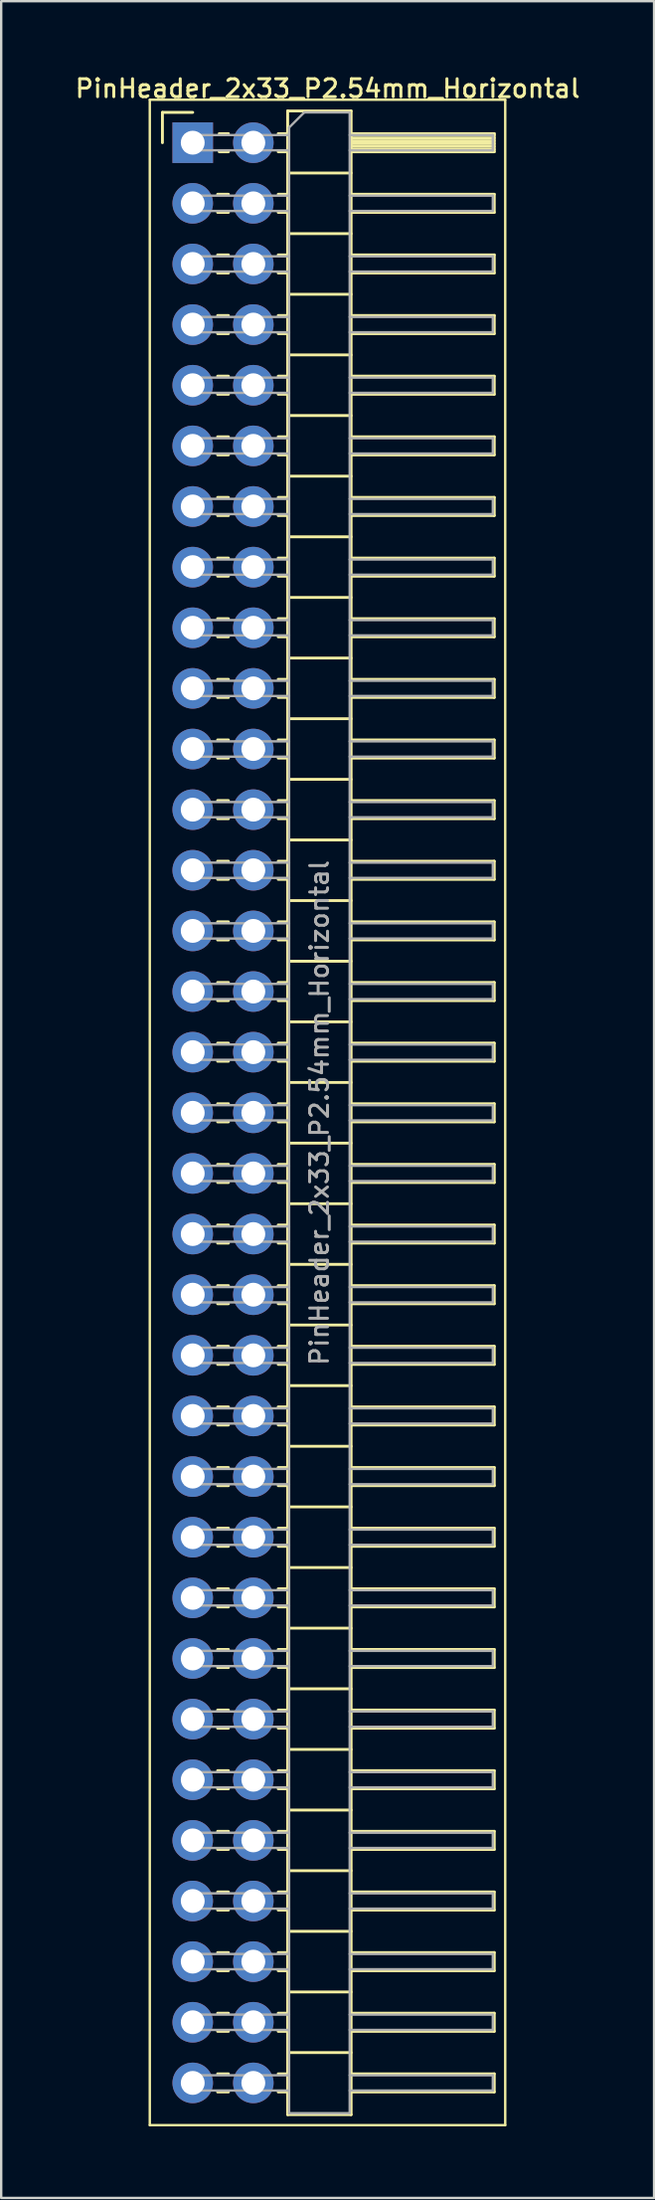
<source format=kicad_pcb>
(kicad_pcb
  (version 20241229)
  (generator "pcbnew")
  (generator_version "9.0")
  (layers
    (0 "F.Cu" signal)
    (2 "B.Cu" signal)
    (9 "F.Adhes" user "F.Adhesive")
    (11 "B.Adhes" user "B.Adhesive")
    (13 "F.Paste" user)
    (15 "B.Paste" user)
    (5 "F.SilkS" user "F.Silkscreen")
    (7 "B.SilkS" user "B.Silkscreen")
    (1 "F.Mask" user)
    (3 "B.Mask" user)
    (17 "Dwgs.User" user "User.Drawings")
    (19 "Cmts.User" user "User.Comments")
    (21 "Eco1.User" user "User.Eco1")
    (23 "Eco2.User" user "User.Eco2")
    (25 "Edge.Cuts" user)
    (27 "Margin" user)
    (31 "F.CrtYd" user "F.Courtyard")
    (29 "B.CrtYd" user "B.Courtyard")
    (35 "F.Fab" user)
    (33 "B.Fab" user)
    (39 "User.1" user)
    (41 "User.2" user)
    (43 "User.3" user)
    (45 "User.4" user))
  (footprint "PinHeader_2x33_P2.54mm_Horizontal"
    (layer "F.Cu")
    (at 5.029 2.928)
    (property "Reference" "PinHeader_2x33_P2.54mm_Horizontal" (at 5.655 -2.27 0) (layer "F.SilkS") (effects (font (size 0.75 0.75) (thickness 0.125))))
    (attr through_hole)
    (fp_line (start -1.8 -1.8) (end -1.8 83.05) (stroke (width 0.1) (type solid)) (layer "F.SilkS"))
    (fp_line (start -1.8 83.05) (end 13.1 83.05) (stroke (width 0.1) (type solid)) (layer "F.SilkS"))
    (fp_line (start -1.27 -1.27) (end 0 -1.27) (stroke (width 0.12) (type solid)) (layer "F.SilkS"))
    (fp_line (start -1.27 0) (end -1.27 -1.27) (stroke (width 0.12) (type solid)) (layer "F.SilkS"))
    (fp_line (start 1.043 2.16) (end 1.497 2.16) (stroke (width 0.12) (type solid)) (layer "F.SilkS"))
    (fp_line (start 1.043 2.92) (end 1.497 2.92) (stroke (width 0.12) (type solid)) (layer "F.SilkS"))
    (fp_line (start 1.043 4.7) (end 1.497 4.7) (stroke (width 0.12) (type solid)) (layer "F.SilkS"))
    (fp_line (start 1.043 5.46) (end 1.497 5.46) (stroke (width 0.12) (type solid)) (layer "F.SilkS"))
    (fp_line (start 1.043 7.24) (end 1.497 7.24) (stroke (width 0.12) (type solid)) (layer "F.SilkS"))
    (fp_line (start 1.043 8) (end 1.497 8) (stroke (width 0.12) (type solid)) (layer "F.SilkS"))
    (fp_line (start 1.043 9.78) (end 1.497 9.78) (stroke (width 0.12) (type solid)) (layer "F.SilkS"))
    (fp_line (start 1.043 10.54) (end 1.497 10.54) (stroke (width 0.12) (type solid)) (layer "F.SilkS"))
    (fp_line (start 1.043 12.32) (end 1.497 12.32) (stroke (width 0.12) (type solid)) (layer "F.SilkS"))
    (fp_line (start 1.043 13.08) (end 1.497 13.08) (stroke (width 0.12) (type solid)) (layer "F.SilkS"))
    (fp_line (start 1.043 14.86) (end 1.497 14.86) (stroke (width 0.12) (type solid)) (layer "F.SilkS"))
    (fp_line (start 1.043 15.62) (end 1.497 15.62) (stroke (width 0.12) (type solid)) (layer "F.SilkS"))
    (fp_line (start 1.043 17.4) (end 1.497 17.4) (stroke (width 0.12) (type solid)) (layer "F.SilkS"))
    (fp_line (start 1.043 18.16) (end 1.497 18.16) (stroke (width 0.12) (type solid)) (layer "F.SilkS"))
    (fp_line (start 1.043 19.94) (end 1.497 19.94) (stroke (width 0.12) (type solid)) (layer "F.SilkS"))
    (fp_line (start 1.043 20.7) (end 1.497 20.7) (stroke (width 0.12) (type solid)) (layer "F.SilkS"))
    (fp_line (start 1.043 22.48) (end 1.497 22.48) (stroke (width 0.12) (type solid)) (layer "F.SilkS"))
    (fp_line (start 1.043 23.24) (end 1.497 23.24) (stroke (width 0.12) (type solid)) (layer "F.SilkS"))
    (fp_line (start 1.043 25.02) (end 1.497 25.02) (stroke (width 0.12) (type solid)) (layer "F.SilkS"))
    (fp_line (start 1.043 25.78) (end 1.497 25.78) (stroke (width 0.12) (type solid)) (layer "F.SilkS"))
    (fp_line (start 1.043 27.56) (end 1.497 27.56) (stroke (width 0.12) (type solid)) (layer "F.SilkS"))
    (fp_line (start 1.043 28.32) (end 1.497 28.32) (stroke (width 0.12) (type solid)) (layer "F.SilkS"))
    (fp_line (start 1.043 30.1) (end 1.497 30.1) (stroke (width 0.12) (type solid)) (layer "F.SilkS"))
    (fp_line (start 1.043 30.86) (end 1.497 30.86) (stroke (width 0.12) (type solid)) (layer "F.SilkS"))
    (fp_line (start 1.043 32.64) (end 1.497 32.64) (stroke (width 0.12) (type solid)) (layer "F.SilkS"))
    (fp_line (start 1.043 33.4) (end 1.497 33.4) (stroke (width 0.12) (type solid)) (layer "F.SilkS"))
    (fp_line (start 1.043 35.18) (end 1.497 35.18) (stroke (width 0.12) (type solid)) (layer "F.SilkS"))
    (fp_line (start 1.043 35.94) (end 1.497 35.94) (stroke (width 0.12) (type solid)) (layer "F.SilkS"))
    (fp_line (start 1.043 37.72) (end 1.497 37.72) (stroke (width 0.12) (type solid)) (layer "F.SilkS"))
    (fp_line (start 1.043 38.48) (end 1.497 38.48) (stroke (width 0.12) (type solid)) (layer "F.SilkS"))
    (fp_line (start 1.043 40.26) (end 1.497 40.26) (stroke (width 0.12) (type solid)) (layer "F.SilkS"))
    (fp_line (start 1.043 41.02) (end 1.497 41.02) (stroke (width 0.12) (type solid)) (layer "F.SilkS"))
    (fp_line (start 1.043 42.8) (end 1.497 42.8) (stroke (width 0.12) (type solid)) (layer "F.SilkS"))
    (fp_line (start 1.043 43.56) (end 1.497 43.56) (stroke (width 0.12) (type solid)) (layer "F.SilkS"))
    (fp_line (start 1.043 45.34) (end 1.497 45.34) (stroke (width 0.12) (type solid)) (layer "F.SilkS"))
    (fp_line (start 1.043 46.1) (end 1.497 46.1) (stroke (width 0.12) (type solid)) (layer "F.SilkS"))
    (fp_line (start 1.043 47.88) (end 1.497 47.88) (stroke (width 0.12) (type solid)) (layer "F.SilkS"))
    (fp_line (start 1.043 48.64) (end 1.497 48.64) (stroke (width 0.12) (type solid)) (layer "F.SilkS"))
    (fp_line (start 1.043 50.42) (end 1.497 50.42) (stroke (width 0.12) (type solid)) (layer "F.SilkS"))
    (fp_line (start 1.043 51.18) (end 1.497 51.18) (stroke (width 0.12) (type solid)) (layer "F.SilkS"))
    (fp_line (start 1.043 52.96) (end 1.497 52.96) (stroke (width 0.12) (type solid)) (layer "F.SilkS"))
    (fp_line (start 1.043 53.72) (end 1.497 53.72) (stroke (width 0.12) (type solid)) (layer "F.SilkS"))
    (fp_line (start 1.043 55.5) (end 1.497 55.5) (stroke (width 0.12) (type solid)) (layer "F.SilkS"))
    (fp_line (start 1.043 56.26) (end 1.497 56.26) (stroke (width 0.12) (type solid)) (layer "F.SilkS"))
    (fp_line (start 1.043 58.04) (end 1.497 58.04) (stroke (width 0.12) (type solid)) (layer "F.SilkS"))
    (fp_line (start 1.043 58.8) (end 1.497 58.8) (stroke (width 0.12) (type solid)) (layer "F.SilkS"))
    (fp_line (start 1.043 60.58) (end 1.497 60.58) (stroke (width 0.12) (type solid)) (layer "F.SilkS"))
    (fp_line (start 1.043 61.34) (end 1.497 61.34) (stroke (width 0.12) (type solid)) (layer "F.SilkS"))
    (fp_line (start 1.043 63.12) (end 1.497 63.12) (stroke (width 0.12) (type solid)) (layer "F.SilkS"))
    (fp_line (start 1.043 63.88) (end 1.497 63.88) (stroke (width 0.12) (type solid)) (layer "F.SilkS"))
    (fp_line (start 1.043 65.66) (end 1.497 65.66) (stroke (width 0.12) (type solid)) (layer "F.SilkS"))
    (fp_line (start 1.043 66.42) (end 1.497 66.42) (stroke (width 0.12) (type solid)) (layer "F.SilkS"))
    (fp_line (start 1.043 68.2) (end 1.497 68.2) (stroke (width 0.12) (type solid)) (layer "F.SilkS"))
    (fp_line (start 1.043 68.96) (end 1.497 68.96) (stroke (width 0.12) (type solid)) (layer "F.SilkS"))
    (fp_line (start 1.043 70.74) (end 1.497 70.74) (stroke (width 0.12) (type solid)) (layer "F.SilkS"))
    (fp_line (start 1.043 71.5) (end 1.497 71.5) (stroke (width 0.12) (type solid)) (layer "F.SilkS"))
    (fp_line (start 1.043 73.28) (end 1.497 73.28) (stroke (width 0.12) (type solid)) (layer "F.SilkS"))
    (fp_line (start 1.043 74.04) (end 1.497 74.04) (stroke (width 0.12) (type solid)) (layer "F.SilkS"))
    (fp_line (start 1.043 75.82) (end 1.497 75.82) (stroke (width 0.12) (type solid)) (layer "F.SilkS"))
    (fp_line (start 1.043 76.58) (end 1.497 76.58) (stroke (width 0.12) (type solid)) (layer "F.SilkS"))
    (fp_line (start 1.043 78.36) (end 1.497 78.36) (stroke (width 0.12) (type solid)) (layer "F.SilkS"))
    (fp_line (start 1.043 79.12) (end 1.497 79.12) (stroke (width 0.12) (type solid)) (layer "F.SilkS"))
    (fp_line (start 1.043 80.9) (end 1.497 80.9) (stroke (width 0.12) (type solid)) (layer "F.SilkS"))
    (fp_line (start 1.043 81.66) (end 1.497 81.66) (stroke (width 0.12) (type solid)) (layer "F.SilkS"))
    (fp_line (start 1.11 -0.38) (end 1.497 -0.38) (stroke (width 0.12) (type solid)) (layer "F.SilkS"))
    (fp_line (start 1.11 0.38) (end 1.497 0.38) (stroke (width 0.12) (type solid)) (layer "F.SilkS"))
    (fp_line (start 3.583 -0.38) (end 3.98 -0.38) (stroke (width 0.12) (type solid)) (layer "F.SilkS"))
    (fp_line (start 3.583 0.38) (end 3.98 0.38) (stroke (width 0.12) (type solid)) (layer "F.SilkS"))
    (fp_line (start 3.583 2.16) (end 3.98 2.16) (stroke (width 0.12) (type solid)) (layer "F.SilkS"))
    (fp_line (start 3.583 2.92) (end 3.98 2.92) (stroke (width 0.12) (type solid)) (layer "F.SilkS"))
    (fp_line (start 3.583 4.7) (end 3.98 4.7) (stroke (width 0.12) (type solid)) (layer "F.SilkS"))
    (fp_line (start 3.583 5.46) (end 3.98 5.46) (stroke (width 0.12) (type solid)) (layer "F.SilkS"))
    (fp_line (start 3.583 7.24) (end 3.98 7.24) (stroke (width 0.12) (type solid)) (layer "F.SilkS"))
    (fp_line (start 3.583 8) (end 3.98 8) (stroke (width 0.12) (type solid)) (layer "F.SilkS"))
    (fp_line (start 3.583 9.78) (end 3.98 9.78) (stroke (width 0.12) (type solid)) (layer "F.SilkS"))
    (fp_line (start 3.583 10.54) (end 3.98 10.54) (stroke (width 0.12) (type solid)) (layer "F.SilkS"))
    (fp_line (start 3.583 12.32) (end 3.98 12.32) (stroke (width 0.12) (type solid)) (layer "F.SilkS"))
    (fp_line (start 3.583 13.08) (end 3.98 13.08) (stroke (width 0.12) (type solid)) (layer "F.SilkS"))
    (fp_line (start 3.583 14.86) (end 3.98 14.86) (stroke (width 0.12) (type solid)) (layer "F.SilkS"))
    (fp_line (start 3.583 15.62) (end 3.98 15.62) (stroke (width 0.12) (type solid)) (layer "F.SilkS"))
    (fp_line (start 3.583 17.4) (end 3.98 17.4) (stroke (width 0.12) (type solid)) (layer "F.SilkS"))
    (fp_line (start 3.583 18.16) (end 3.98 18.16) (stroke (width 0.12) (type solid)) (layer "F.SilkS"))
    (fp_line (start 3.583 19.94) (end 3.98 19.94) (stroke (width 0.12) (type solid)) (layer "F.SilkS"))
    (fp_line (start 3.583 20.7) (end 3.98 20.7) (stroke (width 0.12) (type solid)) (layer "F.SilkS"))
    (fp_line (start 3.583 22.48) (end 3.98 22.48) (stroke (width 0.12) (type solid)) (layer "F.SilkS"))
    (fp_line (start 3.583 23.24) (end 3.98 23.24) (stroke (width 0.12) (type solid)) (layer "F.SilkS"))
    (fp_line (start 3.583 25.02) (end 3.98 25.02) (stroke (width 0.12) (type solid)) (layer "F.SilkS"))
    (fp_line (start 3.583 25.78) (end 3.98 25.78) (stroke (width 0.12) (type solid)) (layer "F.SilkS"))
    (fp_line (start 3.583 27.56) (end 3.98 27.56) (stroke (width 0.12) (type solid)) (layer "F.SilkS"))
    (fp_line (start 3.583 28.32) (end 3.98 28.32) (stroke (width 0.12) (type solid)) (layer "F.SilkS"))
    (fp_line (start 3.583 30.1) (end 3.98 30.1) (stroke (width 0.12) (type solid)) (layer "F.SilkS"))
    (fp_line (start 3.583 30.86) (end 3.98 30.86) (stroke (width 0.12) (type solid)) (layer "F.SilkS"))
    (fp_line (start 3.583 32.64) (end 3.98 32.64) (stroke (width 0.12) (type solid)) (layer "F.SilkS"))
    (fp_line (start 3.583 33.4) (end 3.98 33.4) (stroke (width 0.12) (type solid)) (layer "F.SilkS"))
    (fp_line (start 3.583 35.18) (end 3.98 35.18) (stroke (width 0.12) (type solid)) (layer "F.SilkS"))
    (fp_line (start 3.583 35.94) (end 3.98 35.94) (stroke (width 0.12) (type solid)) (layer "F.SilkS"))
    (fp_line (start 3.583 37.72) (end 3.98 37.72) (stroke (width 0.12) (type solid)) (layer "F.SilkS"))
    (fp_line (start 3.583 38.48) (end 3.98 38.48) (stroke (width 0.12) (type solid)) (layer "F.SilkS"))
    (fp_line (start 3.583 40.26) (end 3.98 40.26) (stroke (width 0.12) (type solid)) (layer "F.SilkS"))
    (fp_line (start 3.583 41.02) (end 3.98 41.02) (stroke (width 0.12) (type solid)) (layer "F.SilkS"))
    (fp_line (start 3.583 42.8) (end 3.98 42.8) (stroke (width 0.12) (type solid)) (layer "F.SilkS"))
    (fp_line (start 3.583 43.56) (end 3.98 43.56) (stroke (width 0.12) (type solid)) (layer "F.SilkS"))
    (fp_line (start 3.583 45.34) (end 3.98 45.34) (stroke (width 0.12) (type solid)) (layer "F.SilkS"))
    (fp_line (start 3.583 46.1) (end 3.98 46.1) (stroke (width 0.12) (type solid)) (layer "F.SilkS"))
    (fp_line (start 3.583 47.88) (end 3.98 47.88) (stroke (width 0.12) (type solid)) (layer "F.SilkS"))
    (fp_line (start 3.583 48.64) (end 3.98 48.64) (stroke (width 0.12) (type solid)) (layer "F.SilkS"))
    (fp_line (start 3.583 50.42) (end 3.98 50.42) (stroke (width 0.12) (type solid)) (layer "F.SilkS"))
    (fp_line (start 3.583 51.18) (end 3.98 51.18) (stroke (width 0.12) (type solid)) (layer "F.SilkS"))
    (fp_line (start 3.583 52.96) (end 3.98 52.96) (stroke (width 0.12) (type solid)) (layer "F.SilkS"))
    (fp_line (start 3.583 53.72) (end 3.98 53.72) (stroke (width 0.12) (type solid)) (layer "F.SilkS"))
    (fp_line (start 3.583 55.5) (end 3.98 55.5) (stroke (width 0.12) (type solid)) (layer "F.SilkS"))
    (fp_line (start 3.583 56.26) (end 3.98 56.26) (stroke (width 0.12) (type solid)) (layer "F.SilkS"))
    (fp_line (start 3.583 58.04) (end 3.98 58.04) (stroke (width 0.12) (type solid)) (layer "F.SilkS"))
    (fp_line (start 3.583 58.8) (end 3.98 58.8) (stroke (width 0.12) (type solid)) (layer "F.SilkS"))
    (fp_line (start 3.583 60.58) (end 3.98 60.58) (stroke (width 0.12) (type solid)) (layer "F.SilkS"))
    (fp_line (start 3.583 61.34) (end 3.98 61.34) (stroke (width 0.12) (type solid)) (layer "F.SilkS"))
    (fp_line (start 3.583 63.12) (end 3.98 63.12) (stroke (width 0.12) (type solid)) (layer "F.SilkS"))
    (fp_line (start 3.583 63.88) (end 3.98 63.88) (stroke (width 0.12) (type solid)) (layer "F.SilkS"))
    (fp_line (start 3.583 65.66) (end 3.98 65.66) (stroke (width 0.12) (type solid)) (layer "F.SilkS"))
    (fp_line (start 3.583 66.42) (end 3.98 66.42) (stroke (width 0.12) (type solid)) (layer "F.SilkS"))
    (fp_line (start 3.583 68.2) (end 3.98 68.2) (stroke (width 0.12) (type solid)) (layer "F.SilkS"))
    (fp_line (start 3.583 68.96) (end 3.98 68.96) (stroke (width 0.12) (type solid)) (layer "F.SilkS"))
    (fp_line (start 3.583 70.74) (end 3.98 70.74) (stroke (width 0.12) (type solid)) (layer "F.SilkS"))
    (fp_line (start 3.583 71.5) (end 3.98 71.5) (stroke (width 0.12) (type solid)) (layer "F.SilkS"))
    (fp_line (start 3.583 73.28) (end 3.98 73.28) (stroke (width 0.12) (type solid)) (layer "F.SilkS"))
    (fp_line (start 3.583 74.04) (end 3.98 74.04) (stroke (width 0.12) (type solid)) (layer "F.SilkS"))
    (fp_line (start 3.583 75.82) (end 3.98 75.82) (stroke (width 0.12) (type solid)) (layer "F.SilkS"))
    (fp_line (start 3.583 76.58) (end 3.98 76.58) (stroke (width 0.12) (type solid)) (layer "F.SilkS"))
    (fp_line (start 3.583 78.36) (end 3.98 78.36) (stroke (width 0.12) (type solid)) (layer "F.SilkS"))
    (fp_line (start 3.583 79.12) (end 3.98 79.12) (stroke (width 0.12) (type solid)) (layer "F.SilkS"))
    (fp_line (start 3.583 80.9) (end 3.98 80.9) (stroke (width 0.12) (type solid)) (layer "F.SilkS"))
    (fp_line (start 3.583 81.66) (end 3.98 81.66) (stroke (width 0.12) (type solid)) (layer "F.SilkS"))
    (fp_line (start 3.98 -1.33) (end 3.98 82.61) (stroke (width 0.12) (type solid)) (layer "F.SilkS"))
    (fp_line (start 3.98 1.27) (end 6.64 1.27) (stroke (width 0.12) (type solid)) (layer "F.SilkS"))
    (fp_line (start 3.98 3.81) (end 6.64 3.81) (stroke (width 0.12) (type solid)) (layer "F.SilkS"))
    (fp_line (start 3.98 6.35) (end 6.64 6.35) (stroke (width 0.12) (type solid)) (layer "F.SilkS"))
    (fp_line (start 3.98 8.89) (end 6.64 8.89) (stroke (width 0.12) (type solid)) (layer "F.SilkS"))
    (fp_line (start 3.98 11.43) (end 6.64 11.43) (stroke (width 0.12) (type solid)) (layer "F.SilkS"))
    (fp_line (start 3.98 13.97) (end 6.64 13.97) (stroke (width 0.12) (type solid)) (layer "F.SilkS"))
    (fp_line (start 3.98 16.51) (end 6.64 16.51) (stroke (width 0.12) (type solid)) (layer "F.SilkS"))
    (fp_line (start 3.98 19.05) (end 6.64 19.05) (stroke (width 0.12) (type solid)) (layer "F.SilkS"))
    (fp_line (start 3.98 21.59) (end 6.64 21.59) (stroke (width 0.12) (type solid)) (layer "F.SilkS"))
    (fp_line (start 3.98 24.13) (end 6.64 24.13) (stroke (width 0.12) (type solid)) (layer "F.SilkS"))
    (fp_line (start 3.98 26.67) (end 6.64 26.67) (stroke (width 0.12) (type solid)) (layer "F.SilkS"))
    (fp_line (start 3.98 29.21) (end 6.64 29.21) (stroke (width 0.12) (type solid)) (layer "F.SilkS"))
    (fp_line (start 3.98 31.75) (end 6.64 31.75) (stroke (width 0.12) (type solid)) (layer "F.SilkS"))
    (fp_line (start 3.98 34.29) (end 6.64 34.29) (stroke (width 0.12) (type solid)) (layer "F.SilkS"))
    (fp_line (start 3.98 36.83) (end 6.64 36.83) (stroke (width 0.12) (type solid)) (layer "F.SilkS"))
    (fp_line (start 3.98 39.37) (end 6.64 39.37) (stroke (width 0.12) (type solid)) (layer "F.SilkS"))
    (fp_line (start 3.98 41.91) (end 6.64 41.91) (stroke (width 0.12) (type solid)) (layer "F.SilkS"))
    (fp_line (start 3.98 44.45) (end 6.64 44.45) (stroke (width 0.12) (type solid)) (layer "F.SilkS"))
    (fp_line (start 3.98 46.99) (end 6.64 46.99) (stroke (width 0.12) (type solid)) (layer "F.SilkS"))
    (fp_line (start 3.98 49.53) (end 6.64 49.53) (stroke (width 0.12) (type solid)) (layer "F.SilkS"))
    (fp_line (start 3.98 52.07) (end 6.64 52.07) (stroke (width 0.12) (type solid)) (layer "F.SilkS"))
    (fp_line (start 3.98 54.61) (end 6.64 54.61) (stroke (width 0.12) (type solid)) (layer "F.SilkS"))
    (fp_line (start 3.98 57.15) (end 6.64 57.15) (stroke (width 0.12) (type solid)) (layer "F.SilkS"))
    (fp_line (start 3.98 59.69) (end 6.64 59.69) (stroke (width 0.12) (type solid)) (layer "F.SilkS"))
    (fp_line (start 3.98 62.23) (end 6.64 62.23) (stroke (width 0.12) (type solid)) (layer "F.SilkS"))
    (fp_line (start 3.98 64.77) (end 6.64 64.77) (stroke (width 0.12) (type solid)) (layer "F.SilkS"))
    (fp_line (start 3.98 67.31) (end 6.64 67.31) (stroke (width 0.12) (type solid)) (layer "F.SilkS"))
    (fp_line (start 3.98 69.85) (end 6.64 69.85) (stroke (width 0.12) (type solid)) (layer "F.SilkS"))
    (fp_line (start 3.98 72.39) (end 6.64 72.39) (stroke (width 0.12) (type solid)) (layer "F.SilkS"))
    (fp_line (start 3.98 74.93) (end 6.64 74.93) (stroke (width 0.12) (type solid)) (layer "F.SilkS"))
    (fp_line (start 3.98 77.47) (end 6.64 77.47) (stroke (width 0.12) (type solid)) (layer "F.SilkS"))
    (fp_line (start 3.98 80.01) (end 6.64 80.01) (stroke (width 0.12) (type solid)) (layer "F.SilkS"))
    (fp_line (start 3.98 82.61) (end 6.64 82.61) (stroke (width 0.12) (type solid)) (layer "F.SilkS"))
    (fp_line (start 6.64 -1.33) (end 3.98 -1.33) (stroke (width 0.12) (type solid)) (layer "F.SilkS"))
    (fp_line (start 6.64 -0.38) (end 12.64 -0.38) (stroke (width 0.12) (type solid)) (layer "F.SilkS"))
    (fp_line (start 6.64 -0.32) (end 12.64 -0.32) (stroke (width 0.12) (type solid)) (layer "F.SilkS"))
    (fp_line (start 6.64 -0.2) (end 12.64 -0.2) (stroke (width 0.12) (type solid)) (layer "F.SilkS"))
    (fp_line (start 6.64 -0.08) (end 12.64 -0.08) (stroke (width 0.12) (type solid)) (layer "F.SilkS"))
    (fp_line (start 6.64 0.04) (end 12.64 0.04) (stroke (width 0.12) (type solid)) (layer "F.SilkS"))
    (fp_line (start 6.64 0.16) (end 12.64 0.16) (stroke (width 0.12) (type solid)) (layer "F.SilkS"))
    (fp_line (start 6.64 0.28) (end 12.64 0.28) (stroke (width 0.12) (type solid)) (layer "F.SilkS"))
    (fp_line (start 6.64 2.16) (end 12.64 2.16) (stroke (width 0.12) (type solid)) (layer "F.SilkS"))
    (fp_line (start 6.64 4.7) (end 12.64 4.7) (stroke (width 0.12) (type solid)) (layer "F.SilkS"))
    (fp_line (start 6.64 7.24) (end 12.64 7.24) (stroke (width 0.12) (type solid)) (layer "F.SilkS"))
    (fp_line (start 6.64 9.78) (end 12.64 9.78) (stroke (width 0.12) (type solid)) (layer "F.SilkS"))
    (fp_line (start 6.64 12.32) (end 12.64 12.32) (stroke (width 0.12) (type solid)) (layer "F.SilkS"))
    (fp_line (start 6.64 14.86) (end 12.64 14.86) (stroke (width 0.12) (type solid)) (layer "F.SilkS"))
    (fp_line (start 6.64 17.4) (end 12.64 17.4) (stroke (width 0.12) (type solid)) (layer "F.SilkS"))
    (fp_line (start 6.64 19.94) (end 12.64 19.94) (stroke (width 0.12) (type solid)) (layer "F.SilkS"))
    (fp_line (start 6.64 22.48) (end 12.64 22.48) (stroke (width 0.12) (type solid)) (layer "F.SilkS"))
    (fp_line (start 6.64 25.02) (end 12.64 25.02) (stroke (width 0.12) (type solid)) (layer "F.SilkS"))
    (fp_line (start 6.64 27.56) (end 12.64 27.56) (stroke (width 0.12) (type solid)) (layer "F.SilkS"))
    (fp_line (start 6.64 30.1) (end 12.64 30.1) (stroke (width 0.12) (type solid)) (layer "F.SilkS"))
    (fp_line (start 6.64 32.64) (end 12.64 32.64) (stroke (width 0.12) (type solid)) (layer "F.SilkS"))
    (fp_line (start 6.64 35.18) (end 12.64 35.18) (stroke (width 0.12) (type solid)) (layer "F.SilkS"))
    (fp_line (start 6.64 37.72) (end 12.64 37.72) (stroke (width 0.12) (type solid)) (layer "F.SilkS"))
    (fp_line (start 6.64 40.26) (end 12.64 40.26) (stroke (width 0.12) (type solid)) (layer "F.SilkS"))
    (fp_line (start 6.64 42.8) (end 12.64 42.8) (stroke (width 0.12) (type solid)) (layer "F.SilkS"))
    (fp_line (start 6.64 45.34) (end 12.64 45.34) (stroke (width 0.12) (type solid)) (layer "F.SilkS"))
    (fp_line (start 6.64 47.88) (end 12.64 47.88) (stroke (width 0.12) (type solid)) (layer "F.SilkS"))
    (fp_line (start 6.64 50.42) (end 12.64 50.42) (stroke (width 0.12) (type solid)) (layer "F.SilkS"))
    (fp_line (start 6.64 52.96) (end 12.64 52.96) (stroke (width 0.12) (type solid)) (layer "F.SilkS"))
    (fp_line (start 6.64 55.5) (end 12.64 55.5) (stroke (width 0.12) (type solid)) (layer "F.SilkS"))
    (fp_line (start 6.64 58.04) (end 12.64 58.04) (stroke (width 0.12) (type solid)) (layer "F.SilkS"))
    (fp_line (start 6.64 60.58) (end 12.64 60.58) (stroke (width 0.12) (type solid)) (layer "F.SilkS"))
    (fp_line (start 6.64 63.12) (end 12.64 63.12) (stroke (width 0.12) (type solid)) (layer "F.SilkS"))
    (fp_line (start 6.64 65.66) (end 12.64 65.66) (stroke (width 0.12) (type solid)) (layer "F.SilkS"))
    (fp_line (start 6.64 68.2) (end 12.64 68.2) (stroke (width 0.12) (type solid)) (layer "F.SilkS"))
    (fp_line (start 6.64 70.74) (end 12.64 70.74) (stroke (width 0.12) (type solid)) (layer "F.SilkS"))
    (fp_line (start 6.64 73.28) (end 12.64 73.28) (stroke (width 0.12) (type solid)) (layer "F.SilkS"))
    (fp_line (start 6.64 75.82) (end 12.64 75.82) (stroke (width 0.12) (type solid)) (layer "F.SilkS"))
    (fp_line (start 6.64 78.36) (end 12.64 78.36) (stroke (width 0.12) (type solid)) (layer "F.SilkS"))
    (fp_line (start 6.64 80.9) (end 12.64 80.9) (stroke (width 0.12) (type solid)) (layer "F.SilkS"))
    (fp_line (start 6.64 82.61) (end 6.64 -1.33) (stroke (width 0.12) (type solid)) (layer "F.SilkS"))
    (fp_line (start 12.64 -0.38) (end 12.64 0.38) (stroke (width 0.12) (type solid)) (layer "F.SilkS"))
    (fp_line (start 12.64 0.38) (end 6.64 0.38) (stroke (width 0.12) (type solid)) (layer "F.SilkS"))
    (fp_line (start 12.64 2.16) (end 12.64 2.92) (stroke (width 0.12) (type solid)) (layer "F.SilkS"))
    (fp_line (start 12.64 2.92) (end 6.64 2.92) (stroke (width 0.12) (type solid)) (layer "F.SilkS"))
    (fp_line (start 12.64 4.7) (end 12.64 5.46) (stroke (width 0.12) (type solid)) (layer "F.SilkS"))
    (fp_line (start 12.64 5.46) (end 6.64 5.46) (stroke (width 0.12) (type solid)) (layer "F.SilkS"))
    (fp_line (start 12.64 7.24) (end 12.64 8) (stroke (width 0.12) (type solid)) (layer "F.SilkS"))
    (fp_line (start 12.64 8) (end 6.64 8) (stroke (width 0.12) (type solid)) (layer "F.SilkS"))
    (fp_line (start 12.64 9.78) (end 12.64 10.54) (stroke (width 0.12) (type solid)) (layer "F.SilkS"))
    (fp_line (start 12.64 10.54) (end 6.64 10.54) (stroke (width 0.12) (type solid)) (layer "F.SilkS"))
    (fp_line (start 12.64 12.32) (end 12.64 13.08) (stroke (width 0.12) (type solid)) (layer "F.SilkS"))
    (fp_line (start 12.64 13.08) (end 6.64 13.08) (stroke (width 0.12) (type solid)) (layer "F.SilkS"))
    (fp_line (start 12.64 14.86) (end 12.64 15.62) (stroke (width 0.12) (type solid)) (layer "F.SilkS"))
    (fp_line (start 12.64 15.62) (end 6.64 15.62) (stroke (width 0.12) (type solid)) (layer "F.SilkS"))
    (fp_line (start 12.64 17.4) (end 12.64 18.16) (stroke (width 0.12) (type solid)) (layer "F.SilkS"))
    (fp_line (start 12.64 18.16) (end 6.64 18.16) (stroke (width 0.12) (type solid)) (layer "F.SilkS"))
    (fp_line (start 12.64 19.94) (end 12.64 20.7) (stroke (width 0.12) (type solid)) (layer "F.SilkS"))
    (fp_line (start 12.64 20.7) (end 6.64 20.7) (stroke (width 0.12) (type solid)) (layer "F.SilkS"))
    (fp_line (start 12.64 22.48) (end 12.64 23.24) (stroke (width 0.12) (type solid)) (layer "F.SilkS"))
    (fp_line (start 12.64 23.24) (end 6.64 23.24) (stroke (width 0.12) (type solid)) (layer "F.SilkS"))
    (fp_line (start 12.64 25.02) (end 12.64 25.78) (stroke (width 0.12) (type solid)) (layer "F.SilkS"))
    (fp_line (start 12.64 25.78) (end 6.64 25.78) (stroke (width 0.12) (type solid)) (layer "F.SilkS"))
    (fp_line (start 12.64 27.56) (end 12.64 28.32) (stroke (width 0.12) (type solid)) (layer "F.SilkS"))
    (fp_line (start 12.64 28.32) (end 6.64 28.32) (stroke (width 0.12) (type solid)) (layer "F.SilkS"))
    (fp_line (start 12.64 30.1) (end 12.64 30.86) (stroke (width 0.12) (type solid)) (layer "F.SilkS"))
    (fp_line (start 12.64 30.86) (end 6.64 30.86) (stroke (width 0.12) (type solid)) (layer "F.SilkS"))
    (fp_line (start 12.64 32.64) (end 12.64 33.4) (stroke (width 0.12) (type solid)) (layer "F.SilkS"))
    (fp_line (start 12.64 33.4) (end 6.64 33.4) (stroke (width 0.12) (type solid)) (layer "F.SilkS"))
    (fp_line (start 12.64 35.18) (end 12.64 35.94) (stroke (width 0.12) (type solid)) (layer "F.SilkS"))
    (fp_line (start 12.64 35.94) (end 6.64 35.94) (stroke (width 0.12) (type solid)) (layer "F.SilkS"))
    (fp_line (start 12.64 37.72) (end 12.64 38.48) (stroke (width 0.12) (type solid)) (layer "F.SilkS"))
    (fp_line (start 12.64 38.48) (end 6.64 38.48) (stroke (width 0.12) (type solid)) (layer "F.SilkS"))
    (fp_line (start 12.64 40.26) (end 12.64 41.02) (stroke (width 0.12) (type solid)) (layer "F.SilkS"))
    (fp_line (start 12.64 41.02) (end 6.64 41.02) (stroke (width 0.12) (type solid)) (layer "F.SilkS"))
    (fp_line (start 12.64 42.8) (end 12.64 43.56) (stroke (width 0.12) (type solid)) (layer "F.SilkS"))
    (fp_line (start 12.64 43.56) (end 6.64 43.56) (stroke (width 0.12) (type solid)) (layer "F.SilkS"))
    (fp_line (start 12.64 45.34) (end 12.64 46.1) (stroke (width 0.12) (type solid)) (layer "F.SilkS"))
    (fp_line (start 12.64 46.1) (end 6.64 46.1) (stroke (width 0.12) (type solid)) (layer "F.SilkS"))
    (fp_line (start 12.64 47.88) (end 12.64 48.64) (stroke (width 0.12) (type solid)) (layer "F.SilkS"))
    (fp_line (start 12.64 48.64) (end 6.64 48.64) (stroke (width 0.12) (type solid)) (layer "F.SilkS"))
    (fp_line (start 12.64 50.42) (end 12.64 51.18) (stroke (width 0.12) (type solid)) (layer "F.SilkS"))
    (fp_line (start 12.64 51.18) (end 6.64 51.18) (stroke (width 0.12) (type solid)) (layer "F.SilkS"))
    (fp_line (start 12.64 52.96) (end 12.64 53.72) (stroke (width 0.12) (type solid)) (layer "F.SilkS"))
    (fp_line (start 12.64 53.72) (end 6.64 53.72) (stroke (width 0.12) (type solid)) (layer "F.SilkS"))
    (fp_line (start 12.64 55.5) (end 12.64 56.26) (stroke (width 0.12) (type solid)) (layer "F.SilkS"))
    (fp_line (start 12.64 56.26) (end 6.64 56.26) (stroke (width 0.12) (type solid)) (layer "F.SilkS"))
    (fp_line (start 12.64 58.04) (end 12.64 58.8) (stroke (width 0.12) (type solid)) (layer "F.SilkS"))
    (fp_line (start 12.64 58.8) (end 6.64 58.8) (stroke (width 0.12) (type solid)) (layer "F.SilkS"))
    (fp_line (start 12.64 60.58) (end 12.64 61.34) (stroke (width 0.12) (type solid)) (layer "F.SilkS"))
    (fp_line (start 12.64 61.34) (end 6.64 61.34) (stroke (width 0.12) (type solid)) (layer "F.SilkS"))
    (fp_line (start 12.64 63.12) (end 12.64 63.88) (stroke (width 0.12) (type solid)) (layer "F.SilkS"))
    (fp_line (start 12.64 63.88) (end 6.64 63.88) (stroke (width 0.12) (type solid)) (layer "F.SilkS"))
    (fp_line (start 12.64 65.66) (end 12.64 66.42) (stroke (width 0.12) (type solid)) (layer "F.SilkS"))
    (fp_line (start 12.64 66.42) (end 6.64 66.42) (stroke (width 0.12) (type solid)) (layer "F.SilkS"))
    (fp_line (start 12.64 68.2) (end 12.64 68.96) (stroke (width 0.12) (type solid)) (layer "F.SilkS"))
    (fp_line (start 12.64 68.96) (end 6.64 68.96) (stroke (width 0.12) (type solid)) (layer "F.SilkS"))
    (fp_line (start 12.64 70.74) (end 12.64 71.5) (stroke (width 0.12) (type solid)) (layer "F.SilkS"))
    (fp_line (start 12.64 71.5) (end 6.64 71.5) (stroke (width 0.12) (type solid)) (layer "F.SilkS"))
    (fp_line (start 12.64 73.28) (end 12.64 74.04) (stroke (width 0.12) (type solid)) (layer "F.SilkS"))
    (fp_line (start 12.64 74.04) (end 6.64 74.04) (stroke (width 0.12) (type solid)) (layer "F.SilkS"))
    (fp_line (start 12.64 75.82) (end 12.64 76.58) (stroke (width 0.12) (type solid)) (layer "F.SilkS"))
    (fp_line (start 12.64 76.58) (end 6.64 76.58) (stroke (width 0.12) (type solid)) (layer "F.SilkS"))
    (fp_line (start 12.64 78.36) (end 12.64 79.12) (stroke (width 0.12) (type solid)) (layer "F.SilkS"))
    (fp_line (start 12.64 79.12) (end 6.64 79.12) (stroke (width 0.12) (type solid)) (layer "F.SilkS"))
    (fp_line (start 12.64 80.9) (end 12.64 81.66) (stroke (width 0.12) (type solid)) (layer "F.SilkS"))
    (fp_line (start 12.64 81.66) (end 6.64 81.66) (stroke (width 0.12) (type solid)) (layer "F.SilkS"))
    (fp_line (start 13.1 -1.8) (end -1.8 -1.8) (stroke (width 0.1) (type solid)) (layer "F.SilkS"))
    (fp_line (start 13.1 83.05) (end 13.1 -1.8) (stroke (width 0.1) (type solid)) (layer "F.SilkS"))
    (fp_line (start -0.32 -0.32) (end -0.32 0.32) (stroke (width 0.1) (type solid)) (layer "F.Fab"))
    (fp_line (start -0.32 -0.32) (end 4.04 -0.32) (stroke (width 0.1) (type solid)) (layer "F.Fab"))
    (fp_line (start -0.32 0.32) (end 4.04 0.32) (stroke (width 0.1) (type solid)) (layer "F.Fab"))
    (fp_line (start -0.32 2.22) (end -0.32 2.86) (stroke (width 0.1) (type solid)) (layer "F.Fab"))
    (fp_line (start -0.32 2.22) (end 4.04 2.22) (stroke (width 0.1) (type solid)) (layer "F.Fab"))
    (fp_line (start -0.32 2.86) (end 4.04 2.86) (stroke (width 0.1) (type solid)) (layer "F.Fab"))
    (fp_line (start -0.32 4.76) (end -0.32 5.4) (stroke (width 0.1) (type solid)) (layer "F.Fab"))
    (fp_line (start -0.32 4.76) (end 4.04 4.76) (stroke (width 0.1) (type solid)) (layer "F.Fab"))
    (fp_line (start -0.32 5.4) (end 4.04 5.4) (stroke (width 0.1) (type solid)) (layer "F.Fab"))
    (fp_line (start -0.32 7.3) (end -0.32 7.94) (stroke (width 0.1) (type solid)) (layer "F.Fab"))
    (fp_line (start -0.32 7.3) (end 4.04 7.3) (stroke (width 0.1) (type solid)) (layer "F.Fab"))
    (fp_line (start -0.32 7.94) (end 4.04 7.94) (stroke (width 0.1) (type solid)) (layer "F.Fab"))
    (fp_line (start -0.32 9.84) (end -0.32 10.48) (stroke (width 0.1) (type solid)) (layer "F.Fab"))
    (fp_line (start -0.32 9.84) (end 4.04 9.84) (stroke (width 0.1) (type solid)) (layer "F.Fab"))
    (fp_line (start -0.32 10.48) (end 4.04 10.48) (stroke (width 0.1) (type solid)) (layer "F.Fab"))
    (fp_line (start -0.32 12.38) (end -0.32 13.02) (stroke (width 0.1) (type solid)) (layer "F.Fab"))
    (fp_line (start -0.32 12.38) (end 4.04 12.38) (stroke (width 0.1) (type solid)) (layer "F.Fab"))
    (fp_line (start -0.32 13.02) (end 4.04 13.02) (stroke (width 0.1) (type solid)) (layer "F.Fab"))
    (fp_line (start -0.32 14.92) (end -0.32 15.56) (stroke (width 0.1) (type solid)) (layer "F.Fab"))
    (fp_line (start -0.32 14.92) (end 4.04 14.92) (stroke (width 0.1) (type solid)) (layer "F.Fab"))
    (fp_line (start -0.32 15.56) (end 4.04 15.56) (stroke (width 0.1) (type solid)) (layer "F.Fab"))
    (fp_line (start -0.32 17.46) (end -0.32 18.1) (stroke (width 0.1) (type solid)) (layer "F.Fab"))
    (fp_line (start -0.32 17.46) (end 4.04 17.46) (stroke (width 0.1) (type solid)) (layer "F.Fab"))
    (fp_line (start -0.32 18.1) (end 4.04 18.1) (stroke (width 0.1) (type solid)) (layer "F.Fab"))
    (fp_line (start -0.32 20) (end -0.32 20.64) (stroke (width 0.1) (type solid)) (layer "F.Fab"))
    (fp_line (start -0.32 20) (end 4.04 20) (stroke (width 0.1) (type solid)) (layer "F.Fab"))
    (fp_line (start -0.32 20.64) (end 4.04 20.64) (stroke (width 0.1) (type solid)) (layer "F.Fab"))
    (fp_line (start -0.32 22.54) (end -0.32 23.18) (stroke (width 0.1) (type solid)) (layer "F.Fab"))
    (fp_line (start -0.32 22.54) (end 4.04 22.54) (stroke (width 0.1) (type solid)) (layer "F.Fab"))
    (fp_line (start -0.32 23.18) (end 4.04 23.18) (stroke (width 0.1) (type solid)) (layer "F.Fab"))
    (fp_line (start -0.32 25.08) (end -0.32 25.72) (stroke (width 0.1) (type solid)) (layer "F.Fab"))
    (fp_line (start -0.32 25.08) (end 4.04 25.08) (stroke (width 0.1) (type solid)) (layer "F.Fab"))
    (fp_line (start -0.32 25.72) (end 4.04 25.72) (stroke (width 0.1) (type solid)) (layer "F.Fab"))
    (fp_line (start -0.32 27.62) (end -0.32 28.26) (stroke (width 0.1) (type solid)) (layer "F.Fab"))
    (fp_line (start -0.32 27.62) (end 4.04 27.62) (stroke (width 0.1) (type solid)) (layer "F.Fab"))
    (fp_line (start -0.32 28.26) (end 4.04 28.26) (stroke (width 0.1) (type solid)) (layer "F.Fab"))
    (fp_line (start -0.32 30.16) (end -0.32 30.8) (stroke (width 0.1) (type solid)) (layer "F.Fab"))
    (fp_line (start -0.32 30.16) (end 4.04 30.16) (stroke (width 0.1) (type solid)) (layer "F.Fab"))
    (fp_line (start -0.32 30.8) (end 4.04 30.8) (stroke (width 0.1) (type solid)) (layer "F.Fab"))
    (fp_line (start -0.32 32.7) (end -0.32 33.34) (stroke (width 0.1) (type solid)) (layer "F.Fab"))
    (fp_line (start -0.32 32.7) (end 4.04 32.7) (stroke (width 0.1) (type solid)) (layer "F.Fab"))
    (fp_line (start -0.32 33.34) (end 4.04 33.34) (stroke (width 0.1) (type solid)) (layer "F.Fab"))
    (fp_line (start -0.32 35.24) (end -0.32 35.88) (stroke (width 0.1) (type solid)) (layer "F.Fab"))
    (fp_line (start -0.32 35.24) (end 4.04 35.24) (stroke (width 0.1) (type solid)) (layer "F.Fab"))
    (fp_line (start -0.32 35.88) (end 4.04 35.88) (stroke (width 0.1) (type solid)) (layer "F.Fab"))
    (fp_line (start -0.32 37.78) (end -0.32 38.42) (stroke (width 0.1) (type solid)) (layer "F.Fab"))
    (fp_line (start -0.32 37.78) (end 4.04 37.78) (stroke (width 0.1) (type solid)) (layer "F.Fab"))
    (fp_line (start -0.32 38.42) (end 4.04 38.42) (stroke (width 0.1) (type solid)) (layer "F.Fab"))
    (fp_line (start -0.32 40.32) (end -0.32 40.96) (stroke (width 0.1) (type solid)) (layer "F.Fab"))
    (fp_line (start -0.32 40.32) (end 4.04 40.32) (stroke (width 0.1) (type solid)) (layer "F.Fab"))
    (fp_line (start -0.32 40.96) (end 4.04 40.96) (stroke (width 0.1) (type solid)) (layer "F.Fab"))
    (fp_line (start -0.32 42.86) (end -0.32 43.5) (stroke (width 0.1) (type solid)) (layer "F.Fab"))
    (fp_line (start -0.32 42.86) (end 4.04 42.86) (stroke (width 0.1) (type solid)) (layer "F.Fab"))
    (fp_line (start -0.32 43.5) (end 4.04 43.5) (stroke (width 0.1) (type solid)) (layer "F.Fab"))
    (fp_line (start -0.32 45.4) (end -0.32 46.04) (stroke (width 0.1) (type solid)) (layer "F.Fab"))
    (fp_line (start -0.32 45.4) (end 4.04 45.4) (stroke (width 0.1) (type solid)) (layer "F.Fab"))
    (fp_line (start -0.32 46.04) (end 4.04 46.04) (stroke (width 0.1) (type solid)) (layer "F.Fab"))
    (fp_line (start -0.32 47.94) (end -0.32 48.58) (stroke (width 0.1) (type solid)) (layer "F.Fab"))
    (fp_line (start -0.32 47.94) (end 4.04 47.94) (stroke (width 0.1) (type solid)) (layer "F.Fab"))
    (fp_line (start -0.32 48.58) (end 4.04 48.58) (stroke (width 0.1) (type solid)) (layer "F.Fab"))
    (fp_line (start -0.32 50.48) (end -0.32 51.12) (stroke (width 0.1) (type solid)) (layer "F.Fab"))
    (fp_line (start -0.32 50.48) (end 4.04 50.48) (stroke (width 0.1) (type solid)) (layer "F.Fab"))
    (fp_line (start -0.32 51.12) (end 4.04 51.12) (stroke (width 0.1) (type solid)) (layer "F.Fab"))
    (fp_line (start -0.32 53.02) (end -0.32 53.66) (stroke (width 0.1) (type solid)) (layer "F.Fab"))
    (fp_line (start -0.32 53.02) (end 4.04 53.02) (stroke (width 0.1) (type solid)) (layer "F.Fab"))
    (fp_line (start -0.32 53.66) (end 4.04 53.66) (stroke (width 0.1) (type solid)) (layer "F.Fab"))
    (fp_line (start -0.32 55.56) (end -0.32 56.2) (stroke (width 0.1) (type solid)) (layer "F.Fab"))
    (fp_line (start -0.32 55.56) (end 4.04 55.56) (stroke (width 0.1) (type solid)) (layer "F.Fab"))
    (fp_line (start -0.32 56.2) (end 4.04 56.2) (stroke (width 0.1) (type solid)) (layer "F.Fab"))
    (fp_line (start -0.32 58.1) (end -0.32 58.74) (stroke (width 0.1) (type solid)) (layer "F.Fab"))
    (fp_line (start -0.32 58.1) (end 4.04 58.1) (stroke (width 0.1) (type solid)) (layer "F.Fab"))
    (fp_line (start -0.32 58.74) (end 4.04 58.74) (stroke (width 0.1) (type solid)) (layer "F.Fab"))
    (fp_line (start -0.32 60.64) (end -0.32 61.28) (stroke (width 0.1) (type solid)) (layer "F.Fab"))
    (fp_line (start -0.32 60.64) (end 4.04 60.64) (stroke (width 0.1) (type solid)) (layer "F.Fab"))
    (fp_line (start -0.32 61.28) (end 4.04 61.28) (stroke (width 0.1) (type solid)) (layer "F.Fab"))
    (fp_line (start -0.32 63.18) (end -0.32 63.82) (stroke (width 0.1) (type solid)) (layer "F.Fab"))
    (fp_line (start -0.32 63.18) (end 4.04 63.18) (stroke (width 0.1) (type solid)) (layer "F.Fab"))
    (fp_line (start -0.32 63.82) (end 4.04 63.82) (stroke (width 0.1) (type solid)) (layer "F.Fab"))
    (fp_line (start -0.32 65.72) (end -0.32 66.36) (stroke (width 0.1) (type solid)) (layer "F.Fab"))
    (fp_line (start -0.32 65.72) (end 4.04 65.72) (stroke (width 0.1) (type solid)) (layer "F.Fab"))
    (fp_line (start -0.32 66.36) (end 4.04 66.36) (stroke (width 0.1) (type solid)) (layer "F.Fab"))
    (fp_line (start -0.32 68.26) (end -0.32 68.9) (stroke (width 0.1) (type solid)) (layer "F.Fab"))
    (fp_line (start -0.32 68.26) (end 4.04 68.26) (stroke (width 0.1) (type solid)) (layer "F.Fab"))
    (fp_line (start -0.32 68.9) (end 4.04 68.9) (stroke (width 0.1) (type solid)) (layer "F.Fab"))
    (fp_line (start -0.32 70.8) (end -0.32 71.44) (stroke (width 0.1) (type solid)) (layer "F.Fab"))
    (fp_line (start -0.32 70.8) (end 4.04 70.8) (stroke (width 0.1) (type solid)) (layer "F.Fab"))
    (fp_line (start -0.32 71.44) (end 4.04 71.44) (stroke (width 0.1) (type solid)) (layer "F.Fab"))
    (fp_line (start -0.32 73.34) (end -0.32 73.98) (stroke (width 0.1) (type solid)) (layer "F.Fab"))
    (fp_line (start -0.32 73.34) (end 4.04 73.34) (stroke (width 0.1) (type solid)) (layer "F.Fab"))
    (fp_line (start -0.32 73.98) (end 4.04 73.98) (stroke (width 0.1) (type solid)) (layer "F.Fab"))
    (fp_line (start -0.32 75.88) (end -0.32 76.52) (stroke (width 0.1) (type solid)) (layer "F.Fab"))
    (fp_line (start -0.32 75.88) (end 4.04 75.88) (stroke (width 0.1) (type solid)) (layer "F.Fab"))
    (fp_line (start -0.32 76.52) (end 4.04 76.52) (stroke (width 0.1) (type solid)) (layer "F.Fab"))
    (fp_line (start -0.32 78.42) (end -0.32 79.06) (stroke (width 0.1) (type solid)) (layer "F.Fab"))
    (fp_line (start -0.32 78.42) (end 4.04 78.42) (stroke (width 0.1) (type solid)) (layer "F.Fab"))
    (fp_line (start -0.32 79.06) (end 4.04 79.06) (stroke (width 0.1) (type solid)) (layer "F.Fab"))
    (fp_line (start -0.32 80.96) (end -0.32 81.6) (stroke (width 0.1) (type solid)) (layer "F.Fab"))
    (fp_line (start -0.32 80.96) (end 4.04 80.96) (stroke (width 0.1) (type solid)) (layer "F.Fab"))
    (fp_line (start -0.32 81.6) (end 4.04 81.6) (stroke (width 0.1) (type solid)) (layer "F.Fab"))
    (fp_line (start 4.04 -0.635) (end 4.675 -1.27) (stroke (width 0.1) (type solid)) (layer "F.Fab"))
    (fp_line (start 4.04 82.55) (end 4.04 -0.635) (stroke (width 0.1) (type solid)) (layer "F.Fab"))
    (fp_line (start 4.675 -1.27) (end 6.58 -1.27) (stroke (width 0.1) (type solid)) (layer "F.Fab"))
    (fp_line (start 6.58 -1.27) (end 6.58 82.55) (stroke (width 0.1) (type solid)) (layer "F.Fab"))
    (fp_line (start 6.58 -0.32) (end 12.58 -0.32) (stroke (width 0.1) (type solid)) (layer "F.Fab"))
    (fp_line (start 6.58 0.32) (end 12.58 0.32) (stroke (width 0.1) (type solid)) (layer "F.Fab"))
    (fp_line (start 6.58 2.22) (end 12.58 2.22) (stroke (width 0.1) (type solid)) (layer "F.Fab"))
    (fp_line (start 6.58 2.86) (end 12.58 2.86) (stroke (width 0.1) (type solid)) (layer "F.Fab"))
    (fp_line (start 6.58 4.76) (end 12.58 4.76) (stroke (width 0.1) (type solid)) (layer "F.Fab"))
    (fp_line (start 6.58 5.4) (end 12.58 5.4) (stroke (width 0.1) (type solid)) (layer "F.Fab"))
    (fp_line (start 6.58 7.3) (end 12.58 7.3) (stroke (width 0.1) (type solid)) (layer "F.Fab"))
    (fp_line (start 6.58 7.94) (end 12.58 7.94) (stroke (width 0.1) (type solid)) (layer "F.Fab"))
    (fp_line (start 6.58 9.84) (end 12.58 9.84) (stroke (width 0.1) (type solid)) (layer "F.Fab"))
    (fp_line (start 6.58 10.48) (end 12.58 10.48) (stroke (width 0.1) (type solid)) (layer "F.Fab"))
    (fp_line (start 6.58 12.38) (end 12.58 12.38) (stroke (width 0.1) (type solid)) (layer "F.Fab"))
    (fp_line (start 6.58 13.02) (end 12.58 13.02) (stroke (width 0.1) (type solid)) (layer "F.Fab"))
    (fp_line (start 6.58 14.92) (end 12.58 14.92) (stroke (width 0.1) (type solid)) (layer "F.Fab"))
    (fp_line (start 6.58 15.56) (end 12.58 15.56) (stroke (width 0.1) (type solid)) (layer "F.Fab"))
    (fp_line (start 6.58 17.46) (end 12.58 17.46) (stroke (width 0.1) (type solid)) (layer "F.Fab"))
    (fp_line (start 6.58 18.1) (end 12.58 18.1) (stroke (width 0.1) (type solid)) (layer "F.Fab"))
    (fp_line (start 6.58 20) (end 12.58 20) (stroke (width 0.1) (type solid)) (layer "F.Fab"))
    (fp_line (start 6.58 20.64) (end 12.58 20.64) (stroke (width 0.1) (type solid)) (layer "F.Fab"))
    (fp_line (start 6.58 22.54) (end 12.58 22.54) (stroke (width 0.1) (type solid)) (layer "F.Fab"))
    (fp_line (start 6.58 23.18) (end 12.58 23.18) (stroke (width 0.1) (type solid)) (layer "F.Fab"))
    (fp_line (start 6.58 25.08) (end 12.58 25.08) (stroke (width 0.1) (type solid)) (layer "F.Fab"))
    (fp_line (start 6.58 25.72) (end 12.58 25.72) (stroke (width 0.1) (type solid)) (layer "F.Fab"))
    (fp_line (start 6.58 27.62) (end 12.58 27.62) (stroke (width 0.1) (type solid)) (layer "F.Fab"))
    (fp_line (start 6.58 28.26) (end 12.58 28.26) (stroke (width 0.1) (type solid)) (layer "F.Fab"))
    (fp_line (start 6.58 30.16) (end 12.58 30.16) (stroke (width 0.1) (type solid)) (layer "F.Fab"))
    (fp_line (start 6.58 30.8) (end 12.58 30.8) (stroke (width 0.1) (type solid)) (layer "F.Fab"))
    (fp_line (start 6.58 32.7) (end 12.58 32.7) (stroke (width 0.1) (type solid)) (layer "F.Fab"))
    (fp_line (start 6.58 33.34) (end 12.58 33.34) (stroke (width 0.1) (type solid)) (layer "F.Fab"))
    (fp_line (start 6.58 35.24) (end 12.58 35.24) (stroke (width 0.1) (type solid)) (layer "F.Fab"))
    (fp_line (start 6.58 35.88) (end 12.58 35.88) (stroke (width 0.1) (type solid)) (layer "F.Fab"))
    (fp_line (start 6.58 37.78) (end 12.58 37.78) (stroke (width 0.1) (type solid)) (layer "F.Fab"))
    (fp_line (start 6.58 38.42) (end 12.58 38.42) (stroke (width 0.1) (type solid)) (layer "F.Fab"))
    (fp_line (start 6.58 40.32) (end 12.58 40.32) (stroke (width 0.1) (type solid)) (layer "F.Fab"))
    (fp_line (start 6.58 40.96) (end 12.58 40.96) (stroke (width 0.1) (type solid)) (layer "F.Fab"))
    (fp_line (start 6.58 42.86) (end 12.58 42.86) (stroke (width 0.1) (type solid)) (layer "F.Fab"))
    (fp_line (start 6.58 43.5) (end 12.58 43.5) (stroke (width 0.1) (type solid)) (layer "F.Fab"))
    (fp_line (start 6.58 45.4) (end 12.58 45.4) (stroke (width 0.1) (type solid)) (layer "F.Fab"))
    (fp_line (start 6.58 46.04) (end 12.58 46.04) (stroke (width 0.1) (type solid)) (layer "F.Fab"))
    (fp_line (start 6.58 47.94) (end 12.58 47.94) (stroke (width 0.1) (type solid)) (layer "F.Fab"))
    (fp_line (start 6.58 48.58) (end 12.58 48.58) (stroke (width 0.1) (type solid)) (layer "F.Fab"))
    (fp_line (start 6.58 50.48) (end 12.58 50.48) (stroke (width 0.1) (type solid)) (layer "F.Fab"))
    (fp_line (start 6.58 51.12) (end 12.58 51.12) (stroke (width 0.1) (type solid)) (layer "F.Fab"))
    (fp_line (start 6.58 53.02) (end 12.58 53.02) (stroke (width 0.1) (type solid)) (layer "F.Fab"))
    (fp_line (start 6.58 53.66) (end 12.58 53.66) (stroke (width 0.1) (type solid)) (layer "F.Fab"))
    (fp_line (start 6.58 55.56) (end 12.58 55.56) (stroke (width 0.1) (type solid)) (layer "F.Fab"))
    (fp_line (start 6.58 56.2) (end 12.58 56.2) (stroke (width 0.1) (type solid)) (layer "F.Fab"))
    (fp_line (start 6.58 58.1) (end 12.58 58.1) (stroke (width 0.1) (type solid)) (layer "F.Fab"))
    (fp_line (start 6.58 58.74) (end 12.58 58.74) (stroke (width 0.1) (type solid)) (layer "F.Fab"))
    (fp_line (start 6.58 60.64) (end 12.58 60.64) (stroke (width 0.1) (type solid)) (layer "F.Fab"))
    (fp_line (start 6.58 61.28) (end 12.58 61.28) (stroke (width 0.1) (type solid)) (layer "F.Fab"))
    (fp_line (start 6.58 63.18) (end 12.58 63.18) (stroke (width 0.1) (type solid)) (layer "F.Fab"))
    (fp_line (start 6.58 63.82) (end 12.58 63.82) (stroke (width 0.1) (type solid)) (layer "F.Fab"))
    (fp_line (start 6.58 65.72) (end 12.58 65.72) (stroke (width 0.1) (type solid)) (layer "F.Fab"))
    (fp_line (start 6.58 66.36) (end 12.58 66.36) (stroke (width 0.1) (type solid)) (layer "F.Fab"))
    (fp_line (start 6.58 68.26) (end 12.58 68.26) (stroke (width 0.1) (type solid)) (layer "F.Fab"))
    (fp_line (start 6.58 68.9) (end 12.58 68.9) (stroke (width 0.1) (type solid)) (layer "F.Fab"))
    (fp_line (start 6.58 70.8) (end 12.58 70.8) (stroke (width 0.1) (type solid)) (layer "F.Fab"))
    (fp_line (start 6.58 71.44) (end 12.58 71.44) (stroke (width 0.1) (type solid)) (layer "F.Fab"))
    (fp_line (start 6.58 73.34) (end 12.58 73.34) (stroke (width 0.1) (type solid)) (layer "F.Fab"))
    (fp_line (start 6.58 73.98) (end 12.58 73.98) (stroke (width 0.1) (type solid)) (layer "F.Fab"))
    (fp_line (start 6.58 75.88) (end 12.58 75.88) (stroke (width 0.1) (type solid)) (layer "F.Fab"))
    (fp_line (start 6.58 76.52) (end 12.58 76.52) (stroke (width 0.1) (type solid)) (layer "F.Fab"))
    (fp_line (start 6.58 78.42) (end 12.58 78.42) (stroke (width 0.1) (type solid)) (layer "F.Fab"))
    (fp_line (start 6.58 79.06) (end 12.58 79.06) (stroke (width 0.1) (type solid)) (layer "F.Fab"))
    (fp_line (start 6.58 80.96) (end 12.58 80.96) (stroke (width 0.1) (type solid)) (layer "F.Fab"))
    (fp_line (start 6.58 81.6) (end 12.58 81.6) (stroke (width 0.1) (type solid)) (layer "F.Fab"))
    (fp_line (start 6.58 82.55) (end 4.04 82.55) (stroke (width 0.1) (type solid)) (layer "F.Fab"))
    (fp_line (start 12.58 -0.32) (end 12.58 0.32) (stroke (width 0.1) (type solid)) (layer "F.Fab"))
    (fp_line (start 12.58 2.22) (end 12.58 2.86) (stroke (width 0.1) (type solid)) (layer "F.Fab"))
    (fp_line (start 12.58 4.76) (end 12.58 5.4) (stroke (width 0.1) (type solid)) (layer "F.Fab"))
    (fp_line (start 12.58 7.3) (end 12.58 7.94) (stroke (width 0.1) (type solid)) (layer "F.Fab"))
    (fp_line (start 12.58 9.84) (end 12.58 10.48) (stroke (width 0.1) (type solid)) (layer "F.Fab"))
    (fp_line (start 12.58 12.38) (end 12.58 13.02) (stroke (width 0.1) (type solid)) (layer "F.Fab"))
    (fp_line (start 12.58 14.92) (end 12.58 15.56) (stroke (width 0.1) (type solid)) (layer "F.Fab"))
    (fp_line (start 12.58 17.46) (end 12.58 18.1) (stroke (width 0.1) (type solid)) (layer "F.Fab"))
    (fp_line (start 12.58 20) (end 12.58 20.64) (stroke (width 0.1) (type solid)) (layer "F.Fab"))
    (fp_line (start 12.58 22.54) (end 12.58 23.18) (stroke (width 0.1) (type solid)) (layer "F.Fab"))
    (fp_line (start 12.58 25.08) (end 12.58 25.72) (stroke (width 0.1) (type solid)) (layer "F.Fab"))
    (fp_line (start 12.58 27.62) (end 12.58 28.26) (stroke (width 0.1) (type solid)) (layer "F.Fab"))
    (fp_line (start 12.58 30.16) (end 12.58 30.8) (stroke (width 0.1) (type solid)) (layer "F.Fab"))
    (fp_line (start 12.58 32.7) (end 12.58 33.34) (stroke (width 0.1) (type solid)) (layer "F.Fab"))
    (fp_line (start 12.58 35.24) (end 12.58 35.88) (stroke (width 0.1) (type solid)) (layer "F.Fab"))
    (fp_line (start 12.58 37.78) (end 12.58 38.42) (stroke (width 0.1) (type solid)) (layer "F.Fab"))
    (fp_line (start 12.58 40.32) (end 12.58 40.96) (stroke (width 0.1) (type solid)) (layer "F.Fab"))
    (fp_line (start 12.58 42.86) (end 12.58 43.5) (stroke (width 0.1) (type solid)) (layer "F.Fab"))
    (fp_line (start 12.58 45.4) (end 12.58 46.04) (stroke (width 0.1) (type solid)) (layer "F.Fab"))
    (fp_line (start 12.58 47.94) (end 12.58 48.58) (stroke (width 0.1) (type solid)) (layer "F.Fab"))
    (fp_line (start 12.58 50.48) (end 12.58 51.12) (stroke (width 0.1) (type solid)) (layer "F.Fab"))
    (fp_line (start 12.58 53.02) (end 12.58 53.66) (stroke (width 0.1) (type solid)) (layer "F.Fab"))
    (fp_line (start 12.58 55.56) (end 12.58 56.2) (stroke (width 0.1) (type solid)) (layer "F.Fab"))
    (fp_line (start 12.58 58.1) (end 12.58 58.74) (stroke (width 0.1) (type solid)) (layer "F.Fab"))
    (fp_line (start 12.58 60.64) (end 12.58 61.28) (stroke (width 0.1) (type solid)) (layer "F.Fab"))
    (fp_line (start 12.58 63.18) (end 12.58 63.82) (stroke (width 0.1) (type solid)) (layer "F.Fab"))
    (fp_line (start 12.58 65.72) (end 12.58 66.36) (stroke (width 0.1) (type solid)) (layer "F.Fab"))
    (fp_line (start 12.58 68.26) (end 12.58 68.9) (stroke (width 0.1) (type solid)) (layer "F.Fab"))
    (fp_line (start 12.58 70.8) (end 12.58 71.44) (stroke (width 0.1) (type solid)) (layer "F.Fab"))
    (fp_line (start 12.58 73.34) (end 12.58 73.98) (stroke (width 0.1) (type solid)) (layer "F.Fab"))
    (fp_line (start 12.58 75.88) (end 12.58 76.52) (stroke (width 0.1) (type solid)) (layer "F.Fab"))
    (fp_line (start 12.58 78.42) (end 12.58 79.06) (stroke (width 0.1) (type solid)) (layer "F.Fab"))
    (fp_line (start 12.58 80.96) (end 12.58 81.6) (stroke (width 0.1) (type solid)) (layer "F.Fab"))
    (fp_text user "${REFERENCE}" (at 5.31 40.64 90) (layer "F.Fab") (effects (font (size 0.75 0.75) (thickness 0.125))))
    (pad "1" thru_hole rect (at 0 0) (size 1.7 1.7) (drill 1) (layers "*.Cu" "*.Mask"))
    (pad "2" thru_hole oval (at 2.54 0) (size 1.7 1.7) (drill 1) (layers "*.Cu" "*.Mask"))
    (pad "3" thru_hole oval (at 0 2.54) (size 1.7 1.7) (drill 1) (layers "*.Cu" "*.Mask"))
    (pad "4" thru_hole oval (at 2.54 2.54) (size 1.7 1.7) (drill 1) (layers "*.Cu" "*.Mask"))
    (pad "5" thru_hole oval (at 0 5.08) (size 1.7 1.7) (drill 1) (layers "*.Cu" "*.Mask"))
    (pad "6" thru_hole oval (at 2.54 5.08) (size 1.7 1.7) (drill 1) (layers "*.Cu" "*.Mask"))
    (pad "7" thru_hole oval (at 0 7.62) (size 1.7 1.7) (drill 1) (layers "*.Cu" "*.Mask"))
    (pad "8" thru_hole oval (at 2.54 7.62) (size 1.7 1.7) (drill 1) (layers "*.Cu" "*.Mask"))
    (pad "9" thru_hole oval (at 0 10.16) (size 1.7 1.7) (drill 1) (layers "*.Cu" "*.Mask"))
    (pad "10" thru_hole oval (at 2.54 10.16) (size 1.7 1.7) (drill 1) (layers "*.Cu" "*.Mask"))
    (pad "11" thru_hole oval (at 0 12.7) (size 1.7 1.7) (drill 1) (layers "*.Cu" "*.Mask"))
    (pad "12" thru_hole oval (at 2.54 12.7) (size 1.7 1.7) (drill 1) (layers "*.Cu" "*.Mask"))
    (pad "13" thru_hole oval (at 0 15.24) (size 1.7 1.7) (drill 1) (layers "*.Cu" "*.Mask"))
    (pad "14" thru_hole oval (at 2.54 15.24) (size 1.7 1.7) (drill 1) (layers "*.Cu" "*.Mask"))
    (pad "15" thru_hole oval (at 0 17.78) (size 1.7 1.7) (drill 1) (layers "*.Cu" "*.Mask"))
    (pad "16" thru_hole oval (at 2.54 17.78) (size 1.7 1.7) (drill 1) (layers "*.Cu" "*.Mask"))
    (pad "17" thru_hole oval (at 0 20.32) (size 1.7 1.7) (drill 1) (layers "*.Cu" "*.Mask"))
    (pad "18" thru_hole oval (at 2.54 20.32) (size 1.7 1.7) (drill 1) (layers "*.Cu" "*.Mask"))
    (pad "19" thru_hole oval (at 0 22.86) (size 1.7 1.7) (drill 1) (layers "*.Cu" "*.Mask"))
    (pad "20" thru_hole oval (at 2.54 22.86) (size 1.7 1.7) (drill 1) (layers "*.Cu" "*.Mask"))
    (pad "21" thru_hole oval (at 0 25.4) (size 1.7 1.7) (drill 1) (layers "*.Cu" "*.Mask"))
    (pad "22" thru_hole oval (at 2.54 25.4) (size 1.7 1.7) (drill 1) (layers "*.Cu" "*.Mask"))
    (pad "23" thru_hole oval (at 0 27.94) (size 1.7 1.7) (drill 1) (layers "*.Cu" "*.Mask"))
    (pad "24" thru_hole oval (at 2.54 27.94) (size 1.7 1.7) (drill 1) (layers "*.Cu" "*.Mask"))
    (pad "25" thru_hole oval (at 0 30.48) (size 1.7 1.7) (drill 1) (layers "*.Cu" "*.Mask"))
    (pad "26" thru_hole oval (at 2.54 30.48) (size 1.7 1.7) (drill 1) (layers "*.Cu" "*.Mask"))
    (pad "27" thru_hole oval (at 0 33.02) (size 1.7 1.7) (drill 1) (layers "*.Cu" "*.Mask"))
    (pad "28" thru_hole oval (at 2.54 33.02) (size 1.7 1.7) (drill 1) (layers "*.Cu" "*.Mask"))
    (pad "29" thru_hole oval (at 0 35.56) (size 1.7 1.7) (drill 1) (layers "*.Cu" "*.Mask"))
    (pad "30" thru_hole oval (at 2.54 35.56) (size 1.7 1.7) (drill 1) (layers "*.Cu" "*.Mask"))
    (pad "31" thru_hole oval (at 0 38.1) (size 1.7 1.7) (drill 1) (layers "*.Cu" "*.Mask"))
    (pad "32" thru_hole oval (at 2.54 38.1) (size 1.7 1.7) (drill 1) (layers "*.Cu" "*.Mask"))
    (pad "33" thru_hole oval (at 0 40.64) (size 1.7 1.7) (drill 1) (layers "*.Cu" "*.Mask"))
    (pad "34" thru_hole oval (at 2.54 40.64) (size 1.7 1.7) (drill 1) (layers "*.Cu" "*.Mask"))
    (pad "35" thru_hole oval (at 0 43.18) (size 1.7 1.7) (drill 1) (layers "*.Cu" "*.Mask"))
    (pad "36" thru_hole oval (at 2.54 43.18) (size 1.7 1.7) (drill 1) (layers "*.Cu" "*.Mask"))
    (pad "37" thru_hole oval (at 0 45.72) (size 1.7 1.7) (drill 1) (layers "*.Cu" "*.Mask"))
    (pad "38" thru_hole oval (at 2.54 45.72) (size 1.7 1.7) (drill 1) (layers "*.Cu" "*.Mask"))
    (pad "39" thru_hole oval (at 0 48.26) (size 1.7 1.7) (drill 1) (layers "*.Cu" "*.Mask"))
    (pad "40" thru_hole oval (at 2.54 48.26) (size 1.7 1.7) (drill 1) (layers "*.Cu" "*.Mask"))
    (pad "41" thru_hole oval (at 0 50.8) (size 1.7 1.7) (drill 1) (layers "*.Cu" "*.Mask"))
    (pad "42" thru_hole oval (at 2.54 50.8) (size 1.7 1.7) (drill 1) (layers "*.Cu" "*.Mask"))
    (pad "43" thru_hole oval (at 0 53.34) (size 1.7 1.7) (drill 1) (layers "*.Cu" "*.Mask"))
    (pad "44" thru_hole oval (at 2.54 53.34) (size 1.7 1.7) (drill 1) (layers "*.Cu" "*.Mask"))
    (pad "45" thru_hole oval (at 0 55.88) (size 1.7 1.7) (drill 1) (layers "*.Cu" "*.Mask"))
    (pad "46" thru_hole oval (at 2.54 55.88) (size 1.7 1.7) (drill 1) (layers "*.Cu" "*.Mask"))
    (pad "47" thru_hole oval (at 0 58.42) (size 1.7 1.7) (drill 1) (layers "*.Cu" "*.Mask"))
    (pad "48" thru_hole oval (at 2.54 58.42) (size 1.7 1.7) (drill 1) (layers "*.Cu" "*.Mask"))
    (pad "49" thru_hole oval (at 0 60.96) (size 1.7 1.7) (drill 1) (layers "*.Cu" "*.Mask"))
    (pad "50" thru_hole oval (at 2.54 60.96) (size 1.7 1.7) (drill 1) (layers "*.Cu" "*.Mask"))
    (pad "51" thru_hole oval (at 0 63.5) (size 1.7 1.7) (drill 1) (layers "*.Cu" "*.Mask"))
    (pad "52" thru_hole oval (at 2.54 63.5) (size 1.7 1.7) (drill 1) (layers "*.Cu" "*.Mask"))
    (pad "53" thru_hole oval (at 0 66.04) (size 1.7 1.7) (drill 1) (layers "*.Cu" "*.Mask"))
    (pad "54" thru_hole oval (at 2.54 66.04) (size 1.7 1.7) (drill 1) (layers "*.Cu" "*.Mask"))
    (pad "55" thru_hole oval (at 0 68.58) (size 1.7 1.7) (drill 1) (layers "*.Cu" "*.Mask"))
    (pad "56" thru_hole oval (at 2.54 68.58) (size 1.7 1.7) (drill 1) (layers "*.Cu" "*.Mask"))
    (pad "57" thru_hole oval (at 0 71.12) (size 1.7 1.7) (drill 1) (layers "*.Cu" "*.Mask"))
    (pad "58" thru_hole oval (at 2.54 71.12) (size 1.7 1.7) (drill 1) (layers "*.Cu" "*.Mask"))
    (pad "59" thru_hole oval (at 0 73.66) (size 1.7 1.7) (drill 1) (layers "*.Cu" "*.Mask"))
    (pad "60" thru_hole oval (at 2.54 73.66) (size 1.7 1.7) (drill 1) (layers "*.Cu" "*.Mask"))
    (pad "61" thru_hole oval (at 0 76.2) (size 1.7 1.7) (drill 1) (layers "*.Cu" "*.Mask"))
    (pad "62" thru_hole oval (at 2.54 76.2) (size 1.7 1.7) (drill 1) (layers "*.Cu" "*.Mask"))
    (pad "63" thru_hole oval (at 0 78.74) (size 1.7 1.7) (drill 1) (layers "*.Cu" "*.Mask"))
    (pad "64" thru_hole oval (at 2.54 78.74) (size 1.7 1.7) (drill 1) (layers "*.Cu" "*.Mask"))
    (pad "65" thru_hole oval (at 0 81.28) (size 1.7 1.7) (drill 1) (layers "*.Cu" "*.Mask"))
    (pad "66" thru_hole oval (at 2.54 81.28) (size 1.7 1.7) (drill 1) (layers "*.Cu" "*.Mask")))
  (gr_rect
    (start -3 -3)
    (end 24.368 89.028)
    (stroke (width 0.1) (type default))
    (fill no)
    (layer "Edge.Cuts")))
</source>
